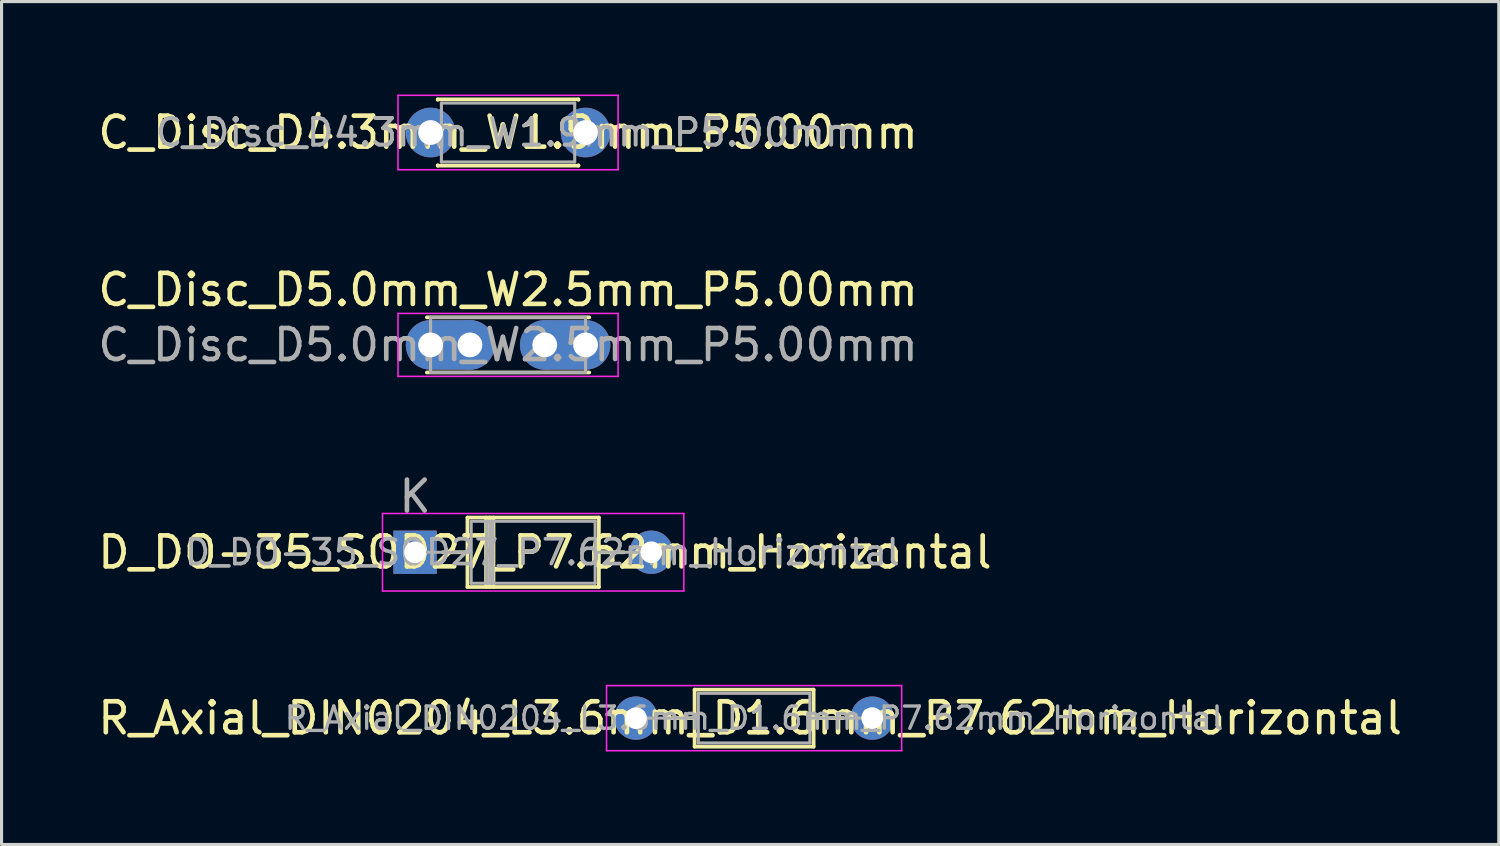
<source format=kicad_pcb>
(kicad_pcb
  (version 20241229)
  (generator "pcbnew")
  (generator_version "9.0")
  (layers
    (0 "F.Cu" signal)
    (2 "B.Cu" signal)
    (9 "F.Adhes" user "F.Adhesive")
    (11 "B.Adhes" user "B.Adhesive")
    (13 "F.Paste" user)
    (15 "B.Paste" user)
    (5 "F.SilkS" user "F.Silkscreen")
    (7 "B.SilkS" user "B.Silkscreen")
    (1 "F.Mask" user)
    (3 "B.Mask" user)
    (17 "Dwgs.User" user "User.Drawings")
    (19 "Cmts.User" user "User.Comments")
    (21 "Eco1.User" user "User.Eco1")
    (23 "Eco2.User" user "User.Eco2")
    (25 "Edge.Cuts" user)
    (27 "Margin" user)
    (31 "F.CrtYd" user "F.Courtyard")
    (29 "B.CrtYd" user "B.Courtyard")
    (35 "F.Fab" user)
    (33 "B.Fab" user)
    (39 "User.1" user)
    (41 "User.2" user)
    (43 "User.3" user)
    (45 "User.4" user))
  (footprint "D_DO-35_SOD27_P7.62mm_Horizontal"
    (layer "F.Cu")
    (at 10.339 14.765)
    (property "Reference" "D_DO-35_SOD27_P7.62mm_Horizontal" (at 4.191 0 0) (layer "F.SilkS") (effects (font (size 1 1) (thickness 0.15))))
    (attr through_hole)
    (fp_line (start 0.889 0) (end 1.69 0) (stroke (width 0.12) (type solid)) (layer "F.SilkS"))
    (fp_line (start 1.69 -1.12) (end 1.69 1.12) (stroke (width 0.12) (type solid)) (layer "F.SilkS"))
    (fp_line (start 1.69 1.12) (end 5.93 1.12) (stroke (width 0.12) (type solid)) (layer "F.SilkS"))
    (fp_line (start 2.29 -1.12) (end 2.29 1.12) (stroke (width 0.12) (type solid)) (layer "F.SilkS"))
    (fp_line (start 2.41 -1.12) (end 2.41 1.12) (stroke (width 0.12) (type solid)) (layer "F.SilkS"))
    (fp_line (start 2.53 -1.12) (end 2.53 1.12) (stroke (width 0.12) (type solid)) (layer "F.SilkS"))
    (fp_line (start 5.93 -1.12) (end 1.69 -1.12) (stroke (width 0.12) (type solid)) (layer "F.SilkS"))
    (fp_line (start 5.93 1.12) (end 5.93 -1.12) (stroke (width 0.12) (type solid)) (layer "F.SilkS"))
    (fp_line (start 6.731 0) (end 5.93 0) (stroke (width 0.12) (type solid)) (layer "F.SilkS"))
    (fp_line (start -1.05 -1.25) (end -1.05 1.25) (stroke (width 0.05) (type solid)) (layer "F.CrtYd"))
    (fp_line (start -1.05 1.25) (end 8.67 1.25) (stroke (width 0.05) (type solid)) (layer "F.CrtYd"))
    (fp_line (start 8.67 -1.25) (end -1.05 -1.25) (stroke (width 0.05) (type solid)) (layer "F.CrtYd"))
    (fp_line (start 8.67 1.25) (end 8.67 -1.25) (stroke (width 0.05) (type solid)) (layer "F.CrtYd"))
    (fp_line (start 0 0) (end 1.81 0) (stroke (width 0.1) (type solid)) (layer "F.Fab"))
    (fp_line (start 1.81 -1) (end 1.81 1) (stroke (width 0.1) (type solid)) (layer "F.Fab"))
    (fp_line (start 1.81 1) (end 5.81 1) (stroke (width 0.1) (type solid)) (layer "F.Fab"))
    (fp_line (start 2.31 -1) (end 2.31 1) (stroke (width 0.1) (type solid)) (layer "F.Fab"))
    (fp_line (start 2.41 -1) (end 2.41 1) (stroke (width 0.1) (type solid)) (layer "F.Fab"))
    (fp_line (start 2.51 -1) (end 2.51 1) (stroke (width 0.1) (type solid)) (layer "F.Fab"))
    (fp_line (start 5.81 -1) (end 1.81 -1) (stroke (width 0.1) (type solid)) (layer "F.Fab"))
    (fp_line (start 5.81 1) (end 5.81 -1) (stroke (width 0.1) (type solid)) (layer "F.Fab"))
    (fp_line (start 7.62 0) (end 5.81 0) (stroke (width 0.1) (type solid)) (layer "F.Fab"))
    (fp_text user "K" (at 0 -1.8 0) (layer "F.Fab") (effects (font (size 1 1) (thickness 0.15))))
    (fp_text user "${REFERENCE}" (at 4.11 0 0) (layer "F.Fab") (effects (font (size 0.8 0.8) (thickness 0.12))))
    (pad "1" thru_hole rect (at 0 0) (size 1.4 1.4) (drill 0.7) (layers "*.Cu" "*.Mask"))
    (pad "2" thru_hole circle (at 7.62 0) (size 1.4 1.4) (drill 0.7) (layers "*.Cu" "*.Mask")))
  (footprint "C_Disc_D4.3mm_W1.9mm_P5.00mm"
    (layer "F.Cu")
    (at 10.839 1.225)
    (property "Reference" "C_Disc_D4.3mm_W1.9mm_P5.00mm" (at 2.5 0 0) (layer "F.SilkS") (effects (font (size 1 1) (thickness 0.15))))
    (attr through_hole)
    (fp_line (start 0.23 -1.07) (end 0.23 -1.055) (stroke (width 0.12) (type solid)) (layer "F.SilkS"))
    (fp_line (start 0.23 -1.07) (end 4.77 -1.07) (stroke (width 0.12) (type solid)) (layer "F.SilkS"))
    (fp_line (start 0.23 1.055) (end 0.23 1.07) (stroke (width 0.12) (type solid)) (layer "F.SilkS"))
    (fp_line (start 0.23 1.07) (end 4.77 1.07) (stroke (width 0.12) (type solid)) (layer "F.SilkS"))
    (fp_line (start 4.77 -1.07) (end 4.77 -1.055) (stroke (width 0.12) (type solid)) (layer "F.SilkS"))
    (fp_line (start 4.77 1.055) (end 4.77 1.07) (stroke (width 0.12) (type solid)) (layer "F.SilkS"))
    (fp_line (start -1.05 -1.2) (end -1.05 1.2) (stroke (width 0.05) (type solid)) (layer "F.CrtYd"))
    (fp_line (start -1.05 1.2) (end 6.05 1.2) (stroke (width 0.05) (type solid)) (layer "F.CrtYd"))
    (fp_line (start 6.05 -1.2) (end -1.05 -1.2) (stroke (width 0.05) (type solid)) (layer "F.CrtYd"))
    (fp_line (start 6.05 1.2) (end 6.05 -1.2) (stroke (width 0.05) (type solid)) (layer "F.CrtYd"))
    (fp_line (start 0.35 -0.95) (end 0.35 0.95) (stroke (width 0.1) (type solid)) (layer "F.Fab"))
    (fp_line (start 0.35 0.95) (end 4.65 0.95) (stroke (width 0.1) (type solid)) (layer "F.Fab"))
    (fp_line (start 4.65 -0.95) (end 0.35 -0.95) (stroke (width 0.1) (type solid)) (layer "F.Fab"))
    (fp_line (start 4.65 0.95) (end 4.65 -0.95) (stroke (width 0.1) (type solid)) (layer "F.Fab"))
    (fp_text user "${REFERENCE}" (at 2.5 0 0) (layer "F.Fab") (effects (font (size 0.86 0.86) (thickness 0.129))))
    (pad "1" thru_hole circle (at 0 0) (size 1.6 1.6) (drill 0.8) (layers "*.Cu" "*.Mask"))
    (pad "2" thru_hole circle (at 5 0) (size 1.6 1.6) (drill 0.8) (layers "*.Cu" "*.Mask")))
  (footprint "C_Disc_D5.0mm_W2.5mm_P5.00mm"
    (layer "F.Cu")
    (at 10.839 8.076)
    (property "Reference" "C_Disc_D5.0mm_W2.5mm_P5.00mm" (at 2.5 -1.778 0) (layer "F.SilkS") (effects (font (size 1 1) (thickness 0.15))))
    (attr through_hole)
    (fp_line (start -0.12 -0.889) (end 5.12 -0.889) (stroke (width 0.12) (type solid)) (layer "F.SilkS"))
    (fp_line (start -0.12 0.889) (end 5.12 0.889) (stroke (width 0.12) (type solid)) (layer "F.SilkS"))
    (fp_line (start -1.05 -1.016) (end -1.05 1.016) (stroke (width 0.05) (type solid)) (layer "F.CrtYd"))
    (fp_line (start -1.05 1.016) (end 6.05 1.016) (stroke (width 0.05) (type solid)) (layer "F.CrtYd"))
    (fp_line (start 6.05 -1.016) (end -1.05 -1.016) (stroke (width 0.05) (type solid)) (layer "F.CrtYd"))
    (fp_line (start 6.05 1.016) (end 6.05 -1.016) (stroke (width 0.05) (type solid)) (layer "F.CrtYd"))
    (fp_line (start 0 -0.889) (end 0 0.889) (stroke (width 0.1) (type solid)) (layer "F.Fab"))
    (fp_line (start 0 0.889) (end 5 0.889) (stroke (width 0.1) (type solid)) (layer "F.Fab"))
    (fp_line (start 5 -0.889) (end 0 -0.889) (stroke (width 0.1) (type solid)) (layer "F.Fab"))
    (fp_line (start 5 0.889) (end 5 -0.889) (stroke (width 0.1) (type solid)) (layer "F.Fab"))
    (fp_text user "${REFERENCE}" (at 2.5 0 0) (layer "F.Fab") (effects (font (size 1 1) (thickness 0.15))))
    (pad "1" thru_hole oval (at 0 0) (size 2.8 1.6) (drill 0.8 (offset 0.6 0)) (layers "*.Cu" "*.Mask"))
    (pad "1" thru_hole circle (at 1.27 0) (size 1.6 1.6) (drill 0.8) (layers "*.Cu" "*.Mask"))
    (pad "2" thru_hole circle (at 3.683 0) (size 1.6 1.6) (drill 0.8) (layers "*.Cu" "*.Mask"))
    (pad "2" thru_hole oval (at 5 0) (size 2.8 1.6) (drill 0.8 (offset -0.6 0)) (layers "*.Cu" "*.Mask")))
  (footprint "R_Axial_DIN0204_L3.6mm_D1.6mm_P7.62mm_Horizontal"
    (layer "F.Cu")
    (at 17.466 20.116)
    (property "Reference" "R_Axial_DIN0204_L3.6mm_D1.6mm_P7.62mm_Horizontal" (at 3.683 0 0) (layer "F.SilkS") (effects (font (size 1 1) (thickness 0.15))))
    (attr through_hole)
    (fp_line (start 0.94 0) (end 1.89 0) (stroke (width 0.12) (type solid)) (layer "F.SilkS"))
    (fp_line (start 1.89 -0.92) (end 1.89 0.92) (stroke (width 0.12) (type solid)) (layer "F.SilkS"))
    (fp_line (start 1.89 0.92) (end 5.73 0.92) (stroke (width 0.12) (type solid)) (layer "F.SilkS"))
    (fp_line (start 5.73 -0.92) (end 1.89 -0.92) (stroke (width 0.12) (type solid)) (layer "F.SilkS"))
    (fp_line (start 5.73 0.92) (end 5.73 -0.92) (stroke (width 0.12) (type solid)) (layer "F.SilkS"))
    (fp_line (start 6.68 0) (end 5.73 0) (stroke (width 0.12) (type solid)) (layer "F.SilkS"))
    (fp_line (start -0.95 -1.05) (end -0.95 1.05) (stroke (width 0.05) (type solid)) (layer "F.CrtYd"))
    (fp_line (start -0.95 1.05) (end 8.57 1.05) (stroke (width 0.05) (type solid)) (layer "F.CrtYd"))
    (fp_line (start 8.57 -1.05) (end -0.95 -1.05) (stroke (width 0.05) (type solid)) (layer "F.CrtYd"))
    (fp_line (start 8.57 1.05) (end 8.57 -1.05) (stroke (width 0.05) (type solid)) (layer "F.CrtYd"))
    (fp_line (start 0 0) (end 2.01 0) (stroke (width 0.1) (type solid)) (layer "F.Fab"))
    (fp_line (start 2.01 -0.8) (end 2.01 0.8) (stroke (width 0.1) (type solid)) (layer "F.Fab"))
    (fp_line (start 2.01 0.8) (end 5.61 0.8) (stroke (width 0.1) (type solid)) (layer "F.Fab"))
    (fp_line (start 5.61 -0.8) (end 2.01 -0.8) (stroke (width 0.1) (type solid)) (layer "F.Fab"))
    (fp_line (start 5.61 0.8) (end 5.61 -0.8) (stroke (width 0.1) (type solid)) (layer "F.Fab"))
    (fp_line (start 7.62 0) (end 5.61 0) (stroke (width 0.1) (type solid)) (layer "F.Fab"))
    (fp_text user "${REFERENCE}" (at 3.81 0 0) (layer "F.Fab") (effects (font (size 0.72 0.72) (thickness 0.108))))
    (pad "1" thru_hole circle (at 0 0) (size 1.4 1.4) (drill 0.7) (layers "*.Cu" "*.Mask"))
    (pad "2" thru_hole oval (at 7.62 0) (size 1.4 1.4) (drill 0.7) (layers "*.Cu" "*.Mask")))
  (gr_rect
    (start -3 -3)
    (end 45.298 24.191)
    (stroke (width 0.1) (type default))
    (fill no)
    (layer "Edge.Cuts")))
</source>
